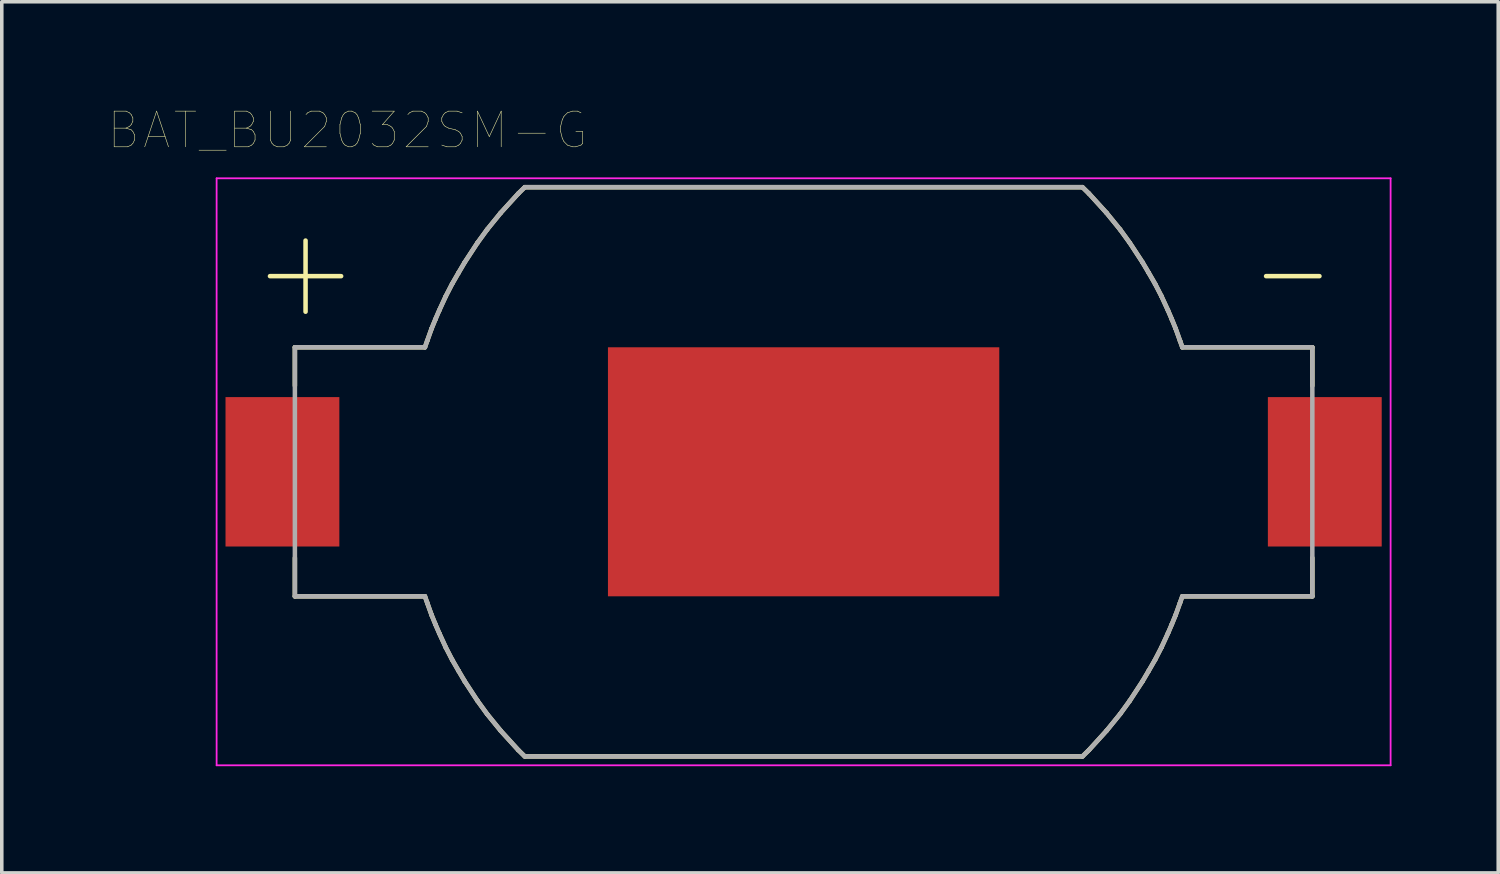
<source format=kicad_pcb>
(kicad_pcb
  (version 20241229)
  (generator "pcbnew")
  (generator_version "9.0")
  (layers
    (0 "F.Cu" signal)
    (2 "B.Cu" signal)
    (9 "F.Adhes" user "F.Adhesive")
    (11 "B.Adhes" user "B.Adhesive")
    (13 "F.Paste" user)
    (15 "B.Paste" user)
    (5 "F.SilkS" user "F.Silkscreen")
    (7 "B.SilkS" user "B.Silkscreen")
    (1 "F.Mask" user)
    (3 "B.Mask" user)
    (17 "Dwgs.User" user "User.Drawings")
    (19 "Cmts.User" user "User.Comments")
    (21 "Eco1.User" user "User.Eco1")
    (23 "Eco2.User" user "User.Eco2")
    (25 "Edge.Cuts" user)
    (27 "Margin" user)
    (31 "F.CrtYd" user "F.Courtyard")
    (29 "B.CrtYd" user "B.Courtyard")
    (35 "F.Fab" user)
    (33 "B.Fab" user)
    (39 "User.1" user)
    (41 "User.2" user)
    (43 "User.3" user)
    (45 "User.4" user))
  (footprint "BAT_BU2032SM-G"
    (layer "F.Cu")
    (at 19.539 10.212)
    (property "Reference" "BAT_BU2032SM-G" (at -12.819 -9.599 0) (layer "F.SilkS") (effects (font (size 1.002 1.002) (thickness 0.015))))
    (attr through_hole)
    (fp_poly (pts (xy -5.5 -3.5) (xy 5.5 -3.5) (xy 5.5 3.5) (xy -5.5 3.5)) (stroke (width 0.000009) (type solid)) (fill yes) (layer "F.Cu"))
    (fp_poly (pts (xy -5.6 -3.6) (xy 5.6 -3.6) (xy 5.6 3.6) (xy -5.6 3.6)) (stroke (width 0.000009) (type solid)) (fill yes) (layer "F.Mask"))
    (fp_line (start -15 -5.5) (end -13 -5.5) (stroke (width 0.127) (type solid)) (layer "F.SilkS"))
    (fp_line (start -14.3 -3.5) (end -10.645 -3.5) (stroke (width 0.127) (type solid)) (layer "F.SilkS"))
    (fp_line (start -14.3 -2.42) (end -14.3 -3.5) (stroke (width 0.127) (type solid)) (layer "F.SilkS"))
    (fp_line (start -14.3 2.42) (end -14.3 3.5) (stroke (width 0.127) (type solid)) (layer "F.SilkS"))
    (fp_line (start -14.3 3.5) (end -10.645 3.5) (stroke (width 0.127) (type solid)) (layer "F.SilkS"))
    (fp_line (start -14 -6.5) (end -14 -4.5) (stroke (width 0.127) (type solid)) (layer "F.SilkS"))
    (fp_line (start -10.645 -3.5) (end -10.581 -3.681) (stroke (width 0.127) (type solid)) (layer "F.SilkS"))
    (fp_line (start -10.645 3.5) (end -10.581 3.681) (stroke (width 0.127) (type solid)) (layer "F.SilkS"))
    (fp_line (start -10.581 -3.681) (end -10.458 -4.024) (stroke (width 0.127) (type solid)) (layer "F.SilkS"))
    (fp_line (start -10.581 3.681) (end -10.458 4.024) (stroke (width 0.127) (type solid)) (layer "F.SilkS"))
    (fp_line (start -10.458 -4.024) (end -10.35 -4.287) (stroke (width 0.127) (type solid)) (layer "F.SilkS"))
    (fp_line (start -10.458 4.024) (end -10.35 4.287) (stroke (width 0.127) (type solid)) (layer "F.SilkS"))
    (fp_line (start -10.35 -4.287) (end -10.242 -4.538) (stroke (width 0.127) (type solid)) (layer "F.SilkS"))
    (fp_line (start -10.35 4.287) (end -10.242 4.538) (stroke (width 0.127) (type solid)) (layer "F.SilkS"))
    (fp_line (start -10.242 -4.538) (end -10.058 -4.937) (stroke (width 0.127) (type solid)) (layer "F.SilkS"))
    (fp_line (start -10.242 4.538) (end -10.058 4.937) (stroke (width 0.127) (type solid)) (layer "F.SilkS"))
    (fp_line (start -10.058 -4.937) (end -9.88 -5.282) (stroke (width 0.127) (type solid)) (layer "F.SilkS"))
    (fp_line (start -10.058 4.937) (end -9.88 5.282) (stroke (width 0.127) (type solid)) (layer "F.SilkS"))
    (fp_line (start -9.88 -5.282) (end -9.7 -5.594) (stroke (width 0.127) (type solid)) (layer "F.SilkS"))
    (fp_line (start -9.88 5.282) (end -9.7 5.594) (stroke (width 0.127) (type solid)) (layer "F.SilkS"))
    (fp_line (start -9.7 -5.594) (end -9.524 -5.892) (stroke (width 0.127) (type solid)) (layer "F.SilkS"))
    (fp_line (start -9.7 5.594) (end -9.524 5.892) (stroke (width 0.127) (type solid)) (layer "F.SilkS"))
    (fp_line (start -9.524 -5.892) (end -9.168 -6.436) (stroke (width 0.127) (type solid)) (layer "F.SilkS"))
    (fp_line (start -9.524 5.892) (end -9.168 6.436) (stroke (width 0.127) (type solid)) (layer "F.SilkS"))
    (fp_line (start -9.168 -6.436) (end -8.897 -6.809) (stroke (width 0.127) (type solid)) (layer "F.SilkS"))
    (fp_line (start -9.168 6.436) (end -8.897 6.809) (stroke (width 0.127) (type solid)) (layer "F.SilkS"))
    (fp_line (start -8.897 -6.809) (end -8.516 -7.277) (stroke (width 0.127) (type solid)) (layer "F.SilkS"))
    (fp_line (start -8.897 6.809) (end -8.516 7.277) (stroke (width 0.127) (type solid)) (layer "F.SilkS"))
    (fp_line (start -8.516 -7.277) (end -8.022 -7.82) (stroke (width 0.127) (type solid)) (layer "F.SilkS"))
    (fp_line (start -8.516 7.277) (end -8.022 7.82) (stroke (width 0.127) (type solid)) (layer "F.SilkS"))
    (fp_line (start -8.022 -7.82) (end -7.838 -8) (stroke (width 0.127) (type solid)) (layer "F.SilkS"))
    (fp_line (start -8.022 7.82) (end -7.838 8) (stroke (width 0.127) (type solid)) (layer "F.SilkS"))
    (fp_line (start -7.835 -8) (end 7.835 -8) (stroke (width 0.127) (type solid)) (layer "F.SilkS"))
    (fp_line (start -7.835 8) (end 7.835 8) (stroke (width 0.127) (type solid)) (layer "F.SilkS"))
    (fp_line (start 8.022 -7.82) (end 7.838 -8) (stroke (width 0.127) (type solid)) (layer "F.SilkS"))
    (fp_line (start 8.022 7.82) (end 7.838 8) (stroke (width 0.127) (type solid)) (layer "F.SilkS"))
    (fp_line (start 8.516 -7.277) (end 8.022 -7.82) (stroke (width 0.127) (type solid)) (layer "F.SilkS"))
    (fp_line (start 8.516 7.277) (end 8.022 7.82) (stroke (width 0.127) (type solid)) (layer "F.SilkS"))
    (fp_line (start 8.897 -6.809) (end 8.516 -7.277) (stroke (width 0.127) (type solid)) (layer "F.SilkS"))
    (fp_line (start 8.897 6.809) (end 8.516 7.277) (stroke (width 0.127) (type solid)) (layer "F.SilkS"))
    (fp_line (start 9.168 -6.436) (end 8.897 -6.809) (stroke (width 0.127) (type solid)) (layer "F.SilkS"))
    (fp_line (start 9.168 6.436) (end 8.897 6.809) (stroke (width 0.127) (type solid)) (layer "F.SilkS"))
    (fp_line (start 9.524 -5.892) (end 9.168 -6.436) (stroke (width 0.127) (type solid)) (layer "F.SilkS"))
    (fp_line (start 9.524 5.892) (end 9.168 6.436) (stroke (width 0.127) (type solid)) (layer "F.SilkS"))
    (fp_line (start 9.7 -5.594) (end 9.524 -5.892) (stroke (width 0.127) (type solid)) (layer "F.SilkS"))
    (fp_line (start 9.7 5.594) (end 9.524 5.892) (stroke (width 0.127) (type solid)) (layer "F.SilkS"))
    (fp_line (start 9.88 -5.282) (end 9.7 -5.594) (stroke (width 0.127) (type solid)) (layer "F.SilkS"))
    (fp_line (start 9.88 5.282) (end 9.7 5.594) (stroke (width 0.127) (type solid)) (layer "F.SilkS"))
    (fp_line (start 10.058 -4.937) (end 9.88 -5.282) (stroke (width 0.127) (type solid)) (layer "F.SilkS"))
    (fp_line (start 10.058 4.937) (end 9.88 5.282) (stroke (width 0.127) (type solid)) (layer "F.SilkS"))
    (fp_line (start 10.242 -4.538) (end 10.058 -4.937) (stroke (width 0.127) (type solid)) (layer "F.SilkS"))
    (fp_line (start 10.242 4.538) (end 10.058 4.937) (stroke (width 0.127) (type solid)) (layer "F.SilkS"))
    (fp_line (start 10.35 -4.287) (end 10.242 -4.538) (stroke (width 0.127) (type solid)) (layer "F.SilkS"))
    (fp_line (start 10.35 4.287) (end 10.242 4.538) (stroke (width 0.127) (type solid)) (layer "F.SilkS"))
    (fp_line (start 10.458 -4.024) (end 10.35 -4.287) (stroke (width 0.127) (type solid)) (layer "F.SilkS"))
    (fp_line (start 10.458 4.024) (end 10.35 4.287) (stroke (width 0.127) (type solid)) (layer "F.SilkS"))
    (fp_line (start 10.581 -3.681) (end 10.458 -4.024) (stroke (width 0.127) (type solid)) (layer "F.SilkS"))
    (fp_line (start 10.581 3.681) (end 10.458 4.024) (stroke (width 0.127) (type solid)) (layer "F.SilkS"))
    (fp_line (start 10.645 -3.5) (end 10.581 -3.681) (stroke (width 0.127) (type solid)) (layer "F.SilkS"))
    (fp_line (start 10.645 3.5) (end 10.581 3.681) (stroke (width 0.127) (type solid)) (layer "F.SilkS"))
    (fp_line (start 13 -5.5) (end 14.5 -5.5) (stroke (width 0.127) (type solid)) (layer "F.SilkS"))
    (fp_line (start 14.3 -3.5) (end 10.645 -3.5) (stroke (width 0.127) (type solid)) (layer "F.SilkS"))
    (fp_line (start 14.3 -2.42) (end 14.3 -3.5) (stroke (width 0.127) (type solid)) (layer "F.SilkS"))
    (fp_line (start 14.3 2.42) (end 14.3 3.5) (stroke (width 0.127) (type solid)) (layer "F.SilkS"))
    (fp_line (start 14.3 3.5) (end 10.645 3.5) (stroke (width 0.127) (type solid)) (layer "F.SilkS"))
    (fp_line (start -16.5 -8.25) (end -16.5 8.25) (stroke (width 0.05) (type solid)) (layer "F.CrtYd"))
    (fp_line (start -16.5 8.25) (end 16.5 8.25) (stroke (width 0.05) (type solid)) (layer "F.CrtYd"))
    (fp_line (start 16.5 -8.25) (end -16.5 -8.25) (stroke (width 0.05) (type solid)) (layer "F.CrtYd"))
    (fp_line (start 16.5 8.25) (end 16.5 -8.25) (stroke (width 0.05) (type solid)) (layer "F.CrtYd"))
    (fp_line (start -14.3 -3.5) (end -10.645 -3.5) (stroke (width 0.127) (type solid)) (layer "F.Fab"))
    (fp_line (start -14.3 3.5) (end -14.3 -3.5) (stroke (width 0.127) (type solid)) (layer "F.Fab"))
    (fp_line (start -14.3 3.5) (end -10.645 3.5) (stroke (width 0.127) (type solid)) (layer "F.Fab"))
    (fp_line (start -10.645 -3.5) (end -10.581 -3.681) (stroke (width 0.127) (type solid)) (layer "F.Fab"))
    (fp_line (start -10.645 3.5) (end -10.581 3.681) (stroke (width 0.127) (type solid)) (layer "F.Fab"))
    (fp_line (start -10.581 -3.681) (end -10.458 -4.024) (stroke (width 0.127) (type solid)) (layer "F.Fab"))
    (fp_line (start -10.581 3.681) (end -10.458 4.024) (stroke (width 0.127) (type solid)) (layer "F.Fab"))
    (fp_line (start -10.458 -4.024) (end -10.35 -4.287) (stroke (width 0.127) (type solid)) (layer "F.Fab"))
    (fp_line (start -10.458 4.024) (end -10.35 4.287) (stroke (width 0.127) (type solid)) (layer "F.Fab"))
    (fp_line (start -10.35 -4.287) (end -10.242 -4.538) (stroke (width 0.127) (type solid)) (layer "F.Fab"))
    (fp_line (start -10.35 4.287) (end -10.242 4.538) (stroke (width 0.127) (type solid)) (layer "F.Fab"))
    (fp_line (start -10.242 -4.538) (end -10.058 -4.937) (stroke (width 0.127) (type solid)) (layer "F.Fab"))
    (fp_line (start -10.242 4.538) (end -10.058 4.937) (stroke (width 0.127) (type solid)) (layer "F.Fab"))
    (fp_line (start -10.058 -4.937) (end -9.88 -5.282) (stroke (width 0.127) (type solid)) (layer "F.Fab"))
    (fp_line (start -10.058 4.937) (end -9.88 5.282) (stroke (width 0.127) (type solid)) (layer "F.Fab"))
    (fp_line (start -9.88 -5.282) (end -9.7 -5.594) (stroke (width 0.127) (type solid)) (layer "F.Fab"))
    (fp_line (start -9.88 5.282) (end -9.7 5.594) (stroke (width 0.127) (type solid)) (layer "F.Fab"))
    (fp_line (start -9.7 -5.594) (end -9.524 -5.892) (stroke (width 0.127) (type solid)) (layer "F.Fab"))
    (fp_line (start -9.7 5.594) (end -9.524 5.892) (stroke (width 0.127) (type solid)) (layer "F.Fab"))
    (fp_line (start -9.524 -5.892) (end -9.168 -6.436) (stroke (width 0.127) (type solid)) (layer "F.Fab"))
    (fp_line (start -9.524 5.892) (end -9.168 6.436) (stroke (width 0.127) (type solid)) (layer "F.Fab"))
    (fp_line (start -9.168 -6.436) (end -8.897 -6.809) (stroke (width 0.127) (type solid)) (layer "F.Fab"))
    (fp_line (start -9.168 6.436) (end -8.897 6.809) (stroke (width 0.127) (type solid)) (layer "F.Fab"))
    (fp_line (start -8.897 -6.809) (end -8.516 -7.277) (stroke (width 0.127) (type solid)) (layer "F.Fab"))
    (fp_line (start -8.897 6.809) (end -8.516 7.277) (stroke (width 0.127) (type solid)) (layer "F.Fab"))
    (fp_line (start -8.516 -7.277) (end -8.022 -7.82) (stroke (width 0.127) (type solid)) (layer "F.Fab"))
    (fp_line (start -8.516 7.277) (end -8.022 7.82) (stroke (width 0.127) (type solid)) (layer "F.Fab"))
    (fp_line (start -8.022 -7.82) (end -7.838 -8) (stroke (width 0.127) (type solid)) (layer "F.Fab"))
    (fp_line (start -8.022 7.82) (end -7.838 8) (stroke (width 0.127) (type solid)) (layer "F.Fab"))
    (fp_line (start -7.835 -8) (end 7.835 -8) (stroke (width 0.127) (type solid)) (layer "F.Fab"))
    (fp_line (start -7.835 8) (end 7.835 8) (stroke (width 0.127) (type solid)) (layer "F.Fab"))
    (fp_line (start 8.022 -7.82) (end 7.838 -8) (stroke (width 0.127) (type solid)) (layer "F.Fab"))
    (fp_line (start 8.022 7.82) (end 7.838 8) (stroke (width 0.127) (type solid)) (layer "F.Fab"))
    (fp_line (start 8.516 -7.277) (end 8.022 -7.82) (stroke (width 0.127) (type solid)) (layer "F.Fab"))
    (fp_line (start 8.516 7.277) (end 8.022 7.82) (stroke (width 0.127) (type solid)) (layer "F.Fab"))
    (fp_line (start 8.897 -6.809) (end 8.516 -7.277) (stroke (width 0.127) (type solid)) (layer "F.Fab"))
    (fp_line (start 8.897 6.809) (end 8.516 7.277) (stroke (width 0.127) (type solid)) (layer "F.Fab"))
    (fp_line (start 9.168 -6.436) (end 8.897 -6.809) (stroke (width 0.127) (type solid)) (layer "F.Fab"))
    (fp_line (start 9.168 6.436) (end 8.897 6.809) (stroke (width 0.127) (type solid)) (layer "F.Fab"))
    (fp_line (start 9.524 -5.892) (end 9.168 -6.436) (stroke (width 0.127) (type solid)) (layer "F.Fab"))
    (fp_line (start 9.524 5.892) (end 9.168 6.436) (stroke (width 0.127) (type solid)) (layer "F.Fab"))
    (fp_line (start 9.7 -5.594) (end 9.524 -5.892) (stroke (width 0.127) (type solid)) (layer "F.Fab"))
    (fp_line (start 9.7 5.594) (end 9.524 5.892) (stroke (width 0.127) (type solid)) (layer "F.Fab"))
    (fp_line (start 9.88 -5.282) (end 9.7 -5.594) (stroke (width 0.127) (type solid)) (layer "F.Fab"))
    (fp_line (start 9.88 5.282) (end 9.7 5.594) (stroke (width 0.127) (type solid)) (layer "F.Fab"))
    (fp_line (start 10.058 -4.937) (end 9.88 -5.282) (stroke (width 0.127) (type solid)) (layer "F.Fab"))
    (fp_line (start 10.058 4.937) (end 9.88 5.282) (stroke (width 0.127) (type solid)) (layer "F.Fab"))
    (fp_line (start 10.242 -4.538) (end 10.058 -4.937) (stroke (width 0.127) (type solid)) (layer "F.Fab"))
    (fp_line (start 10.242 4.538) (end 10.058 4.937) (stroke (width 0.127) (type solid)) (layer "F.Fab"))
    (fp_line (start 10.35 -4.287) (end 10.242 -4.538) (stroke (width 0.127) (type solid)) (layer "F.Fab"))
    (fp_line (start 10.35 4.287) (end 10.242 4.538) (stroke (width 0.127) (type solid)) (layer "F.Fab"))
    (fp_line (start 10.458 -4.024) (end 10.35 -4.287) (stroke (width 0.127) (type solid)) (layer "F.Fab"))
    (fp_line (start 10.458 4.024) (end 10.35 4.287) (stroke (width 0.127) (type solid)) (layer "F.Fab"))
    (fp_line (start 10.581 -3.681) (end 10.458 -4.024) (stroke (width 0.127) (type solid)) (layer "F.Fab"))
    (fp_line (start 10.581 3.681) (end 10.458 4.024) (stroke (width 0.127) (type solid)) (layer "F.Fab"))
    (fp_line (start 10.645 -3.5) (end 10.581 -3.681) (stroke (width 0.127) (type solid)) (layer "F.Fab"))
    (fp_line (start 10.645 3.5) (end 10.581 3.681) (stroke (width 0.127) (type solid)) (layer "F.Fab"))
    (fp_line (start 14.3 -3.5) (end 10.645 -3.5) (stroke (width 0.127) (type solid)) (layer "F.Fab"))
    (fp_line (start 14.3 3.5) (end 10.645 3.5) (stroke (width 0.127) (type solid)) (layer "F.Fab"))
    (fp_line (start 14.3 3.5) (end 14.3 -3.5) (stroke (width 0.127) (type solid)) (layer "F.Fab"))
    (pad "+" smd rect (at -14.65 0) (size 3.2 4.2) (layers "F.Cu" "F.Mask" "F.Paste"))
    (pad "-" smd rect (at 14.65 0) (size 3.2 4.2) (layers "F.Cu" "F.Mask" "F.Paste")))
  (gr_rect
    (start -3 -3)
    (end 39.064 21.487)
    (stroke (width 0.1) (type default))
    (fill no)
    (layer "Edge.Cuts")))
</source>
